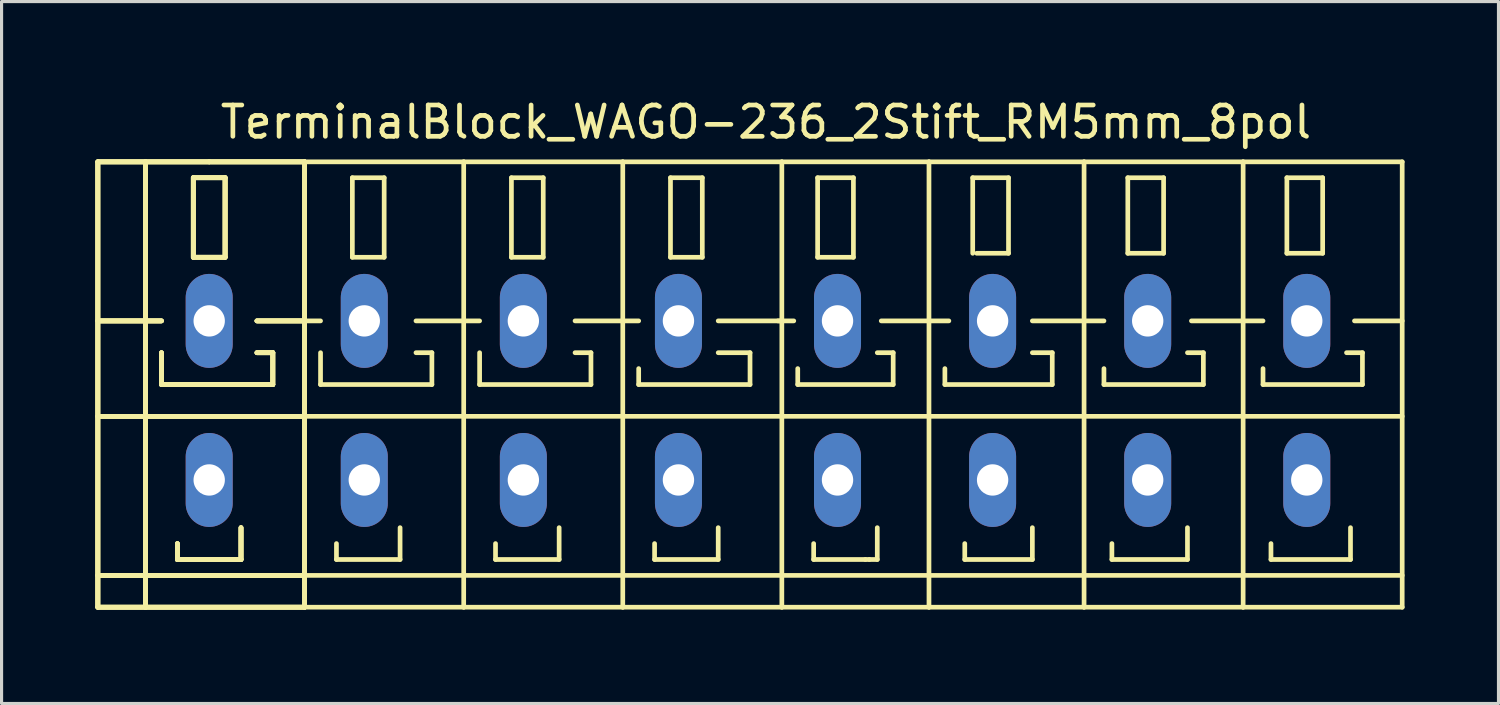
<source format=kicad_pcb>
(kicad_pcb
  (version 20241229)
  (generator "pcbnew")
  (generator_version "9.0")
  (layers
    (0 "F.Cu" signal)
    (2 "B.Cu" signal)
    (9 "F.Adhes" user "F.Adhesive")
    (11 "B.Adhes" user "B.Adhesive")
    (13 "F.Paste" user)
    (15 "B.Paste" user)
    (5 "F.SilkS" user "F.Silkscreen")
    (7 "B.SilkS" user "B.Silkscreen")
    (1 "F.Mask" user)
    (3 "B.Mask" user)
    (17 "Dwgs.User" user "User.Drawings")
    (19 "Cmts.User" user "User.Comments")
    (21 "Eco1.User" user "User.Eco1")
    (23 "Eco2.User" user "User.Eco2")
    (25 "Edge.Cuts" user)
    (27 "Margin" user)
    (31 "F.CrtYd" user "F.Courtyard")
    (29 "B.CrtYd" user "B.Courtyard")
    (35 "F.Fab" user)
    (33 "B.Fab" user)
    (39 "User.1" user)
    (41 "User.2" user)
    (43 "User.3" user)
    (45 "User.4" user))
  (footprint "TerminalBlock_WAGO-236_2Stift_RM5mm_8pol"
    (layer "F.Cu")
    (at 21.411 9.738)
    (property "Reference" "TerminalBlock_WAGO-236_2Stift_RM5mm_8pol" (at 0 -8.89 0) (layer "F.SilkS") (effects (font (size 1 1) (thickness 0.15))))
    (attr through_hole)
    (fp_line (start -21.336 -7.62) (end -19.812 -7.62) (stroke (width 0.15) (type solid)) (layer "F.SilkS"))
    (fp_line (start -21.336 -7.62) (end -19.812 -7.62) (stroke (width 0.15) (type solid)) (layer "F.SilkS"))
    (fp_line (start -21.336 -7.62) (end -19.812 -7.62) (stroke (width 0.15) (type solid)) (layer "F.SilkS"))
    (fp_line (start -21.336 -7.62) (end -19.812 -7.62) (stroke (width 0.15) (type solid)) (layer "F.SilkS"))
    (fp_line (start -21.336 -2.54) (end -19.304 -2.54) (stroke (width 0.15) (type solid)) (layer "F.SilkS"))
    (fp_line (start -21.336 -2.54) (end -19.304 -2.54) (stroke (width 0.15) (type solid)) (layer "F.SilkS"))
    (fp_line (start -21.336 -2.54) (end -19.304 -2.54) (stroke (width 0.15) (type solid)) (layer "F.SilkS"))
    (fp_line (start -21.336 -2.54) (end -19.304 -2.54) (stroke (width 0.15) (type solid)) (layer "F.SilkS"))
    (fp_line (start -21.336 0.508) (end -14.732 0.508) (stroke (width 0.15) (type solid)) (layer "F.SilkS"))
    (fp_line (start -21.336 0.508) (end -14.732 0.508) (stroke (width 0.15) (type solid)) (layer "F.SilkS"))
    (fp_line (start -21.336 0.508) (end -14.732 0.508) (stroke (width 0.15) (type solid)) (layer "F.SilkS"))
    (fp_line (start -21.336 0.508) (end -14.732 0.508) (stroke (width 0.15) (type solid)) (layer "F.SilkS"))
    (fp_line (start -21.336 5.588) (end -14.732 5.588) (stroke (width 0.15) (type solid)) (layer "F.SilkS"))
    (fp_line (start -21.336 5.588) (end -14.732 5.588) (stroke (width 0.15) (type solid)) (layer "F.SilkS"))
    (fp_line (start -21.336 5.588) (end -14.732 5.588) (stroke (width 0.15) (type solid)) (layer "F.SilkS"))
    (fp_line (start -21.336 5.588) (end -14.732 5.588) (stroke (width 0.15) (type solid)) (layer "F.SilkS"))
    (fp_line (start -21.336 6.604) (end -21.336 -7.62) (stroke (width 0.15) (type solid)) (layer "F.SilkS"))
    (fp_line (start -21.336 6.604) (end -21.336 -7.62) (stroke (width 0.15) (type solid)) (layer "F.SilkS"))
    (fp_line (start -21.336 6.604) (end -21.336 -7.62) (stroke (width 0.15) (type solid)) (layer "F.SilkS"))
    (fp_line (start -21.336 6.604) (end -21.336 -7.62) (stroke (width 0.15) (type solid)) (layer "F.SilkS"))
    (fp_line (start -19.812 -7.62) (end -17.78 -7.62) (stroke (width 0.15) (type solid)) (layer "F.SilkS"))
    (fp_line (start -19.812 -7.62) (end -17.78 -7.62) (stroke (width 0.15) (type solid)) (layer "F.SilkS"))
    (fp_line (start -19.812 -7.62) (end -17.78 -7.62) (stroke (width 0.15) (type solid)) (layer "F.SilkS"))
    (fp_line (start -19.812 -7.62) (end -17.78 -7.62) (stroke (width 0.15) (type solid)) (layer "F.SilkS"))
    (fp_line (start -19.812 6.604) (end -21.336 6.604) (stroke (width 0.15) (type solid)) (layer "F.SilkS"))
    (fp_line (start -19.812 6.604) (end -21.336 6.604) (stroke (width 0.15) (type solid)) (layer "F.SilkS"))
    (fp_line (start -19.812 6.604) (end -21.336 6.604) (stroke (width 0.15) (type solid)) (layer "F.SilkS"))
    (fp_line (start -19.812 6.604) (end -21.336 6.604) (stroke (width 0.15) (type solid)) (layer "F.SilkS"))
    (fp_line (start -19.812 6.604) (end -19.812 -7.62) (stroke (width 0.15) (type solid)) (layer "F.SilkS"))
    (fp_line (start -19.812 6.604) (end -19.812 -7.62) (stroke (width 0.15) (type solid)) (layer "F.SilkS"))
    (fp_line (start -19.812 6.604) (end -19.812 -7.62) (stroke (width 0.15) (type solid)) (layer "F.SilkS"))
    (fp_line (start -19.812 6.604) (end -19.812 -7.62) (stroke (width 0.15) (type solid)) (layer "F.SilkS"))
    (fp_line (start -19.304 -1.524) (end -19.304 -0.508) (stroke (width 0.15) (type solid)) (layer "F.SilkS"))
    (fp_line (start -19.304 -1.524) (end -19.304 -0.508) (stroke (width 0.15) (type solid)) (layer "F.SilkS"))
    (fp_line (start -19.304 -1.524) (end -19.304 -0.508) (stroke (width 0.15) (type solid)) (layer "F.SilkS"))
    (fp_line (start -19.304 -1.524) (end -19.304 -0.508) (stroke (width 0.15) (type solid)) (layer "F.SilkS"))
    (fp_line (start -19.304 -0.508) (end -15.748 -0.508) (stroke (width 0.15) (type solid)) (layer "F.SilkS"))
    (fp_line (start -19.304 -0.508) (end -15.748 -0.508) (stroke (width 0.15) (type solid)) (layer "F.SilkS"))
    (fp_line (start -19.304 -0.508) (end -15.748 -0.508) (stroke (width 0.15) (type solid)) (layer "F.SilkS"))
    (fp_line (start -19.304 -0.508) (end -15.748 -0.508) (stroke (width 0.15) (type solid)) (layer "F.SilkS"))
    (fp_line (start -18.796 4.572) (end -18.796 5.08) (stroke (width 0.15) (type solid)) (layer "F.SilkS"))
    (fp_line (start -18.796 4.572) (end -18.796 5.08) (stroke (width 0.15) (type solid)) (layer "F.SilkS"))
    (fp_line (start -18.796 4.572) (end -18.796 5.08) (stroke (width 0.15) (type solid)) (layer "F.SilkS"))
    (fp_line (start -18.796 4.572) (end -18.796 5.08) (stroke (width 0.15) (type solid)) (layer "F.SilkS"))
    (fp_line (start -18.796 5.08) (end -16.764 5.08) (stroke (width 0.15) (type solid)) (layer "F.SilkS"))
    (fp_line (start -18.796 5.08) (end -16.764 5.08) (stroke (width 0.15) (type solid)) (layer "F.SilkS"))
    (fp_line (start -18.796 5.08) (end -16.764 5.08) (stroke (width 0.15) (type solid)) (layer "F.SilkS"))
    (fp_line (start -18.796 5.08) (end -16.764 5.08) (stroke (width 0.15) (type solid)) (layer "F.SilkS"))
    (fp_line (start -18.288 -7.112) (end -17.272 -7.112) (stroke (width 0.15) (type solid)) (layer "F.SilkS"))
    (fp_line (start -18.288 -7.112) (end -17.272 -7.112) (stroke (width 0.15) (type solid)) (layer "F.SilkS"))
    (fp_line (start -18.288 -7.112) (end -17.272 -7.112) (stroke (width 0.15) (type solid)) (layer "F.SilkS"))
    (fp_line (start -18.288 -7.112) (end -17.272 -7.112) (stroke (width 0.15) (type solid)) (layer "F.SilkS"))
    (fp_line (start -18.288 -4.572) (end -18.288 -7.112) (stroke (width 0.15) (type solid)) (layer "F.SilkS"))
    (fp_line (start -18.288 -4.572) (end -18.288 -7.112) (stroke (width 0.15) (type solid)) (layer "F.SilkS"))
    (fp_line (start -18.288 -4.572) (end -18.288 -7.112) (stroke (width 0.15) (type solid)) (layer "F.SilkS"))
    (fp_line (start -18.288 -4.572) (end -18.288 -7.112) (stroke (width 0.15) (type solid)) (layer "F.SilkS"))
    (fp_line (start -17.78 -7.62) (end -14.732 -7.62) (stroke (width 0.15) (type solid)) (layer "F.SilkS"))
    (fp_line (start -17.78 -7.62) (end -14.732 -7.62) (stroke (width 0.15) (type solid)) (layer "F.SilkS"))
    (fp_line (start -17.78 -7.62) (end -14.732 -7.62) (stroke (width 0.15) (type solid)) (layer "F.SilkS"))
    (fp_line (start -17.78 -7.62) (end -14.732 -7.62) (stroke (width 0.15) (type solid)) (layer "F.SilkS"))
    (fp_line (start -17.272 -7.112) (end -17.272 -4.572) (stroke (width 0.15) (type solid)) (layer "F.SilkS"))
    (fp_line (start -17.272 -7.112) (end -17.272 -4.572) (stroke (width 0.15) (type solid)) (layer "F.SilkS"))
    (fp_line (start -17.272 -7.112) (end -17.272 -4.572) (stroke (width 0.15) (type solid)) (layer "F.SilkS"))
    (fp_line (start -17.272 -7.112) (end -17.272 -4.572) (stroke (width 0.15) (type solid)) (layer "F.SilkS"))
    (fp_line (start -17.272 -4.572) (end -18.288 -4.572) (stroke (width 0.15) (type solid)) (layer "F.SilkS"))
    (fp_line (start -17.272 -4.572) (end -18.288 -4.572) (stroke (width 0.15) (type solid)) (layer "F.SilkS"))
    (fp_line (start -17.272 -4.572) (end -18.288 -4.572) (stroke (width 0.15) (type solid)) (layer "F.SilkS"))
    (fp_line (start -17.272 -4.572) (end -18.288 -4.572) (stroke (width 0.15) (type solid)) (layer "F.SilkS"))
    (fp_line (start -16.764 5.08) (end -16.764 4.064) (stroke (width 0.15) (type solid)) (layer "F.SilkS"))
    (fp_line (start -16.764 5.08) (end -16.764 4.064) (stroke (width 0.15) (type solid)) (layer "F.SilkS"))
    (fp_line (start -16.764 5.08) (end -16.764 4.064) (stroke (width 0.15) (type solid)) (layer "F.SilkS"))
    (fp_line (start -16.764 5.08) (end -16.764 4.064) (stroke (width 0.15) (type solid)) (layer "F.SilkS"))
    (fp_line (start -16.256 -2.54) (end -14.732 -2.54) (stroke (width 0.15) (type solid)) (layer "F.SilkS"))
    (fp_line (start -16.256 -2.54) (end -14.732 -2.54) (stroke (width 0.15) (type solid)) (layer "F.SilkS"))
    (fp_line (start -16.256 -2.54) (end -14.732 -2.54) (stroke (width 0.15) (type solid)) (layer "F.SilkS"))
    (fp_line (start -16.256 -2.54) (end -14.732 -2.54) (stroke (width 0.15) (type solid)) (layer "F.SilkS"))
    (fp_line (start -15.748 -1.524) (end -16.256 -1.524) (stroke (width 0.15) (type solid)) (layer "F.SilkS"))
    (fp_line (start -15.748 -1.524) (end -16.256 -1.524) (stroke (width 0.15) (type solid)) (layer "F.SilkS"))
    (fp_line (start -15.748 -1.524) (end -16.256 -1.524) (stroke (width 0.15) (type solid)) (layer "F.SilkS"))
    (fp_line (start -15.748 -1.524) (end -16.256 -1.524) (stroke (width 0.15) (type solid)) (layer "F.SilkS"))
    (fp_line (start -15.748 -0.508) (end -15.748 -1.524) (stroke (width 0.15) (type solid)) (layer "F.SilkS"))
    (fp_line (start -15.748 -0.508) (end -15.748 -1.524) (stroke (width 0.15) (type solid)) (layer "F.SilkS"))
    (fp_line (start -15.748 -0.508) (end -15.748 -1.524) (stroke (width 0.15) (type solid)) (layer "F.SilkS"))
    (fp_line (start -15.748 -0.508) (end -15.748 -1.524) (stroke (width 0.15) (type solid)) (layer "F.SilkS"))
    (fp_line (start -14.732 -7.62) (end -14.732 6.604) (stroke (width 0.15) (type solid)) (layer "F.SilkS"))
    (fp_line (start -14.732 -7.62) (end -14.732 6.604) (stroke (width 0.15) (type solid)) (layer "F.SilkS"))
    (fp_line (start -14.732 -7.62) (end -14.732 6.604) (stroke (width 0.15) (type solid)) (layer "F.SilkS"))
    (fp_line (start -14.732 -7.62) (end -14.732 6.604) (stroke (width 0.15) (type solid)) (layer "F.SilkS"))
    (fp_line (start -14.732 -2.54) (end -14.224 -2.54) (stroke (width 0.15) (type solid)) (layer "F.SilkS"))
    (fp_line (start -14.732 0.508) (end -9.652 0.508) (stroke (width 0.15) (type solid)) (layer "F.SilkS"))
    (fp_line (start -14.732 5.588) (end -9.652 5.588) (stroke (width 0.15) (type solid)) (layer "F.SilkS"))
    (fp_line (start -14.732 6.604) (end -19.812 6.604) (stroke (width 0.15) (type solid)) (layer "F.SilkS"))
    (fp_line (start -14.732 6.604) (end -19.812 6.604) (stroke (width 0.15) (type solid)) (layer "F.SilkS"))
    (fp_line (start -14.732 6.604) (end -19.812 6.604) (stroke (width 0.15) (type solid)) (layer "F.SilkS"))
    (fp_line (start -14.732 6.604) (end -19.812 6.604) (stroke (width 0.15) (type solid)) (layer "F.SilkS"))
    (fp_line (start -14.732 6.604) (end -9.652 6.604) (stroke (width 0.15) (type solid)) (layer "F.SilkS"))
    (fp_line (start -14.224 -1.524) (end -14.224 -0.508) (stroke (width 0.15) (type solid)) (layer "F.SilkS"))
    (fp_line (start -14.224 -0.508) (end -10.668 -0.508) (stroke (width 0.15) (type solid)) (layer "F.SilkS"))
    (fp_line (start -13.716 4.572) (end -13.716 5.08) (stroke (width 0.15) (type solid)) (layer "F.SilkS"))
    (fp_line (start -13.716 5.08) (end -11.684 5.08) (stroke (width 0.15) (type solid)) (layer "F.SilkS"))
    (fp_line (start -13.208 -7.112) (end -13.208 -4.572) (stroke (width 0.15) (type solid)) (layer "F.SilkS"))
    (fp_line (start -13.208 -4.572) (end -12.192 -4.572) (stroke (width 0.15) (type solid)) (layer "F.SilkS"))
    (fp_line (start -12.192 -7.112) (end -13.208 -7.112) (stroke (width 0.15) (type solid)) (layer "F.SilkS"))
    (fp_line (start -12.192 -4.572) (end -12.192 -7.112) (stroke (width 0.15) (type solid)) (layer "F.SilkS"))
    (fp_line (start -11.684 5.08) (end -11.684 4.064) (stroke (width 0.15) (type solid)) (layer "F.SilkS"))
    (fp_line (start -11.176 -2.54) (end -9.652 -2.54) (stroke (width 0.15) (type solid)) (layer "F.SilkS"))
    (fp_line (start -10.668 -1.524) (end -11.176 -1.524) (stroke (width 0.15) (type solid)) (layer "F.SilkS"))
    (fp_line (start -10.668 -0.508) (end -10.668 -1.524) (stroke (width 0.15) (type solid)) (layer "F.SilkS"))
    (fp_line (start -9.652 -7.62) (end -14.732 -7.62) (stroke (width 0.15) (type solid)) (layer "F.SilkS"))
    (fp_line (start -9.652 -2.54) (end -9.144 -2.54) (stroke (width 0.15) (type solid)) (layer "F.SilkS"))
    (fp_line (start -9.652 0.508) (end -4.572 0.508) (stroke (width 0.15) (type solid)) (layer "F.SilkS"))
    (fp_line (start -9.652 5.588) (end -4.572 5.588) (stroke (width 0.15) (type solid)) (layer "F.SilkS"))
    (fp_line (start -9.652 6.604) (end -9.652 -7.62) (stroke (width 0.15) (type solid)) (layer "F.SilkS"))
    (fp_line (start -9.652 6.604) (end -4.572 6.604) (stroke (width 0.15) (type solid)) (layer "F.SilkS"))
    (fp_line (start -9.144 -1.524) (end -9.144 -0.508) (stroke (width 0.15) (type solid)) (layer "F.SilkS"))
    (fp_line (start -9.144 -0.508) (end -5.588 -0.508) (stroke (width 0.15) (type solid)) (layer "F.SilkS"))
    (fp_line (start -8.636 4.572) (end -8.636 5.08) (stroke (width 0.15) (type solid)) (layer "F.SilkS"))
    (fp_line (start -8.636 5.08) (end -6.604 5.08) (stroke (width 0.15) (type solid)) (layer "F.SilkS"))
    (fp_line (start -8.128 -7.112) (end -8.128 -4.572) (stroke (width 0.15) (type solid)) (layer "F.SilkS"))
    (fp_line (start -8.128 -4.572) (end -7.112 -4.572) (stroke (width 0.15) (type solid)) (layer "F.SilkS"))
    (fp_line (start -7.112 -7.112) (end -8.128 -7.112) (stroke (width 0.15) (type solid)) (layer "F.SilkS"))
    (fp_line (start -7.112 -4.572) (end -7.112 -7.112) (stroke (width 0.15) (type solid)) (layer "F.SilkS"))
    (fp_line (start -6.604 5.08) (end -6.604 4.064) (stroke (width 0.15) (type solid)) (layer "F.SilkS"))
    (fp_line (start -6.096 -2.54) (end -4.572 -2.54) (stroke (width 0.15) (type solid)) (layer "F.SilkS"))
    (fp_line (start -5.588 -1.524) (end -6.096 -1.524) (stroke (width 0.15) (type solid)) (layer "F.SilkS"))
    (fp_line (start -5.588 -0.508) (end -5.588 -1.524) (stroke (width 0.15) (type solid)) (layer "F.SilkS"))
    (fp_line (start -4.572 -7.62) (end -9.652 -7.62) (stroke (width 0.15) (type solid)) (layer "F.SilkS"))
    (fp_line (start -4.572 -2.54) (end -4.064 -2.54) (stroke (width 0.15) (type solid)) (layer "F.SilkS"))
    (fp_line (start -4.572 0.508) (end 0.508 0.508) (stroke (width 0.15) (type solid)) (layer "F.SilkS"))
    (fp_line (start -4.572 5.588) (end 0.508 5.588) (stroke (width 0.15) (type solid)) (layer "F.SilkS"))
    (fp_line (start -4.572 6.604) (end -4.572 -7.62) (stroke (width 0.15) (type solid)) (layer "F.SilkS"))
    (fp_line (start -4.572 6.604) (end 0.508 6.604) (stroke (width 0.15) (type solid)) (layer "F.SilkS"))
    (fp_line (start -4.064 -1.016) (end -4.064 -0.508) (stroke (width 0.15) (type solid)) (layer "F.SilkS"))
    (fp_line (start -4.064 -0.508) (end -0.508 -0.508) (stroke (width 0.15) (type solid)) (layer "F.SilkS"))
    (fp_line (start -3.556 4.572) (end -3.556 5.08) (stroke (width 0.15) (type solid)) (layer "F.SilkS"))
    (fp_line (start -3.556 5.08) (end -1.524 5.08) (stroke (width 0.15) (type solid)) (layer "F.SilkS"))
    (fp_line (start -3.048 -7.112) (end -3.048 -4.572) (stroke (width 0.15) (type solid)) (layer "F.SilkS"))
    (fp_line (start -3.048 -4.572) (end -2.032 -4.572) (stroke (width 0.15) (type solid)) (layer "F.SilkS"))
    (fp_line (start -2.032 -7.112) (end -3.048 -7.112) (stroke (width 0.15) (type solid)) (layer "F.SilkS"))
    (fp_line (start -2.032 -4.572) (end -2.032 -7.112) (stroke (width 0.15) (type solid)) (layer "F.SilkS"))
    (fp_line (start -1.524 -2.54) (end 0.508 -2.54) (stroke (width 0.15) (type solid)) (layer "F.SilkS"))
    (fp_line (start -1.524 5.08) (end -1.524 4.064) (stroke (width 0.15) (type solid)) (layer "F.SilkS"))
    (fp_line (start -0.508 -1.524) (end -1.524 -1.524) (stroke (width 0.15) (type solid)) (layer "F.SilkS"))
    (fp_line (start -0.508 -0.508) (end -0.508 -1.524) (stroke (width 0.15) (type solid)) (layer "F.SilkS"))
    (fp_line (start 0.381 -2.54) (end 0.889 -2.54) (stroke (width 0.15) (type solid)) (layer "F.SilkS"))
    (fp_line (start 0.508 -7.62) (end -4.572 -7.62) (stroke (width 0.15) (type solid)) (layer "F.SilkS"))
    (fp_line (start 0.508 0.508) (end 5.207 0.508) (stroke (width 0.15) (type solid)) (layer "F.SilkS"))
    (fp_line (start 0.508 5.588) (end 5.207 5.588) (stroke (width 0.15) (type solid)) (layer "F.SilkS"))
    (fp_line (start 0.508 6.604) (end 0.508 -7.62) (stroke (width 0.15) (type solid)) (layer "F.SilkS"))
    (fp_line (start 0.508 6.604) (end 5.207 6.604) (stroke (width 0.15) (type solid)) (layer "F.SilkS"))
    (fp_line (start 1.016 -1.016) (end 1.016 -0.508) (stroke (width 0.15) (type solid)) (layer "F.SilkS"))
    (fp_line (start 1.016 -0.508) (end 4.064 -0.508) (stroke (width 0.15) (type solid)) (layer "F.SilkS"))
    (fp_line (start 1.524 4.572) (end 1.524 5.08) (stroke (width 0.15) (type solid)) (layer "F.SilkS"))
    (fp_line (start 1.524 5.08) (end 3.175 5.08) (stroke (width 0.15) (type solid)) (layer "F.SilkS"))
    (fp_line (start 1.651 -7.112) (end 2.794 -7.112) (stroke (width 0.15) (type solid)) (layer "F.SilkS"))
    (fp_line (start 1.651 -4.572) (end 1.651 -7.112) (stroke (width 0.15) (type solid)) (layer "F.SilkS"))
    (fp_line (start 2.794 -7.112) (end 2.794 -4.572) (stroke (width 0.15) (type solid)) (layer "F.SilkS"))
    (fp_line (start 2.794 -4.572) (end 1.651 -4.572) (stroke (width 0.15) (type solid)) (layer "F.SilkS"))
    (fp_line (start 3.175 5.08) (end 3.302 5.08) (stroke (width 0.15) (type solid)) (layer "F.SilkS"))
    (fp_line (start 3.302 5.08) (end 3.556 5.08) (stroke (width 0.15) (type solid)) (layer "F.SilkS"))
    (fp_line (start 3.556 5.08) (end 3.556 4.064) (stroke (width 0.15) (type solid)) (layer "F.SilkS"))
    (fp_line (start 3.683 -2.54) (end 5.207 -2.54) (stroke (width 0.15) (type solid)) (layer "F.SilkS"))
    (fp_line (start 4.064 -1.524) (end 3.556 -1.524) (stroke (width 0.15) (type solid)) (layer "F.SilkS"))
    (fp_line (start 4.064 -0.508) (end 4.064 -1.524) (stroke (width 0.15) (type solid)) (layer "F.SilkS"))
    (fp_line (start 5.207 -7.62) (end 0.508 -7.62) (stroke (width 0.15) (type solid)) (layer "F.SilkS"))
    (fp_line (start 5.207 -2.54) (end 5.842 -2.54) (stroke (width 0.15) (type solid)) (layer "F.SilkS"))
    (fp_line (start 5.207 0.508) (end 10.16 0.508) (stroke (width 0.15) (type solid)) (layer "F.SilkS"))
    (fp_line (start 5.207 5.588) (end 10.16 5.588) (stroke (width 0.15) (type solid)) (layer "F.SilkS"))
    (fp_line (start 5.207 6.604) (end 5.207 -7.62) (stroke (width 0.15) (type solid)) (layer "F.SilkS"))
    (fp_line (start 5.207 6.604) (end 10.16 6.604) (stroke (width 0.15) (type solid)) (layer "F.SilkS"))
    (fp_line (start 5.715 -1.016) (end 5.715 -0.508) (stroke (width 0.15) (type solid)) (layer "F.SilkS"))
    (fp_line (start 5.715 -0.508) (end 9.144 -0.508) (stroke (width 0.15) (type solid)) (layer "F.SilkS"))
    (fp_line (start 6.35 4.572) (end 6.35 5.08) (stroke (width 0.15) (type solid)) (layer "F.SilkS"))
    (fp_line (start 6.35 5.08) (end 8.509 5.08) (stroke (width 0.15) (type solid)) (layer "F.SilkS"))
    (fp_line (start 6.604 -7.112) (end 6.604 -4.699) (stroke (width 0.15) (type solid)) (layer "F.SilkS"))
    (fp_line (start 6.731 -4.699) (end 7.747 -4.699) (stroke (width 0.15) (type solid)) (layer "F.SilkS"))
    (fp_line (start 7.747 -7.112) (end 6.604 -7.112) (stroke (width 0.15) (type solid)) (layer "F.SilkS"))
    (fp_line (start 7.747 -4.699) (end 7.747 -7.112) (stroke (width 0.15) (type solid)) (layer "F.SilkS"))
    (fp_line (start 8.509 -2.54) (end 10.16 -2.54) (stroke (width 0.15) (type solid)) (layer "F.SilkS"))
    (fp_line (start 8.509 5.08) (end 8.509 4.064) (stroke (width 0.15) (type solid)) (layer "F.SilkS"))
    (fp_line (start 9.144 -1.524) (end 8.509 -1.524) (stroke (width 0.15) (type solid)) (layer "F.SilkS"))
    (fp_line (start 9.144 -0.508) (end 9.144 -1.524) (stroke (width 0.15) (type solid)) (layer "F.SilkS"))
    (fp_line (start 10.16 -7.62) (end 5.207 -7.62) (stroke (width 0.15) (type solid)) (layer "F.SilkS"))
    (fp_line (start 10.16 -2.54) (end 10.795 -2.54) (stroke (width 0.15) (type solid)) (layer "F.SilkS"))
    (fp_line (start 10.16 0.508) (end 15.24 0.508) (stroke (width 0.15) (type solid)) (layer "F.SilkS"))
    (fp_line (start 10.16 5.588) (end 15.24 5.588) (stroke (width 0.15) (type solid)) (layer "F.SilkS"))
    (fp_line (start 10.16 6.604) (end 10.16 -7.62) (stroke (width 0.15) (type solid)) (layer "F.SilkS"))
    (fp_line (start 10.16 6.604) (end 15.24 6.604) (stroke (width 0.15) (type solid)) (layer "F.SilkS"))
    (fp_line (start 10.795 -1.016) (end 10.795 -0.508) (stroke (width 0.15) (type solid)) (layer "F.SilkS"))
    (fp_line (start 10.795 -0.508) (end 13.97 -0.508) (stroke (width 0.15) (type solid)) (layer "F.SilkS"))
    (fp_line (start 11.049 4.572) (end 11.049 5.08) (stroke (width 0.15) (type solid)) (layer "F.SilkS"))
    (fp_line (start 11.049 5.08) (end 13.462 5.08) (stroke (width 0.15) (type solid)) (layer "F.SilkS"))
    (fp_line (start 11.557 -7.112) (end 11.557 -4.699) (stroke (width 0.15) (type solid)) (layer "F.SilkS"))
    (fp_line (start 11.557 -4.699) (end 12.7 -4.699) (stroke (width 0.15) (type solid)) (layer "F.SilkS"))
    (fp_line (start 12.7 -7.112) (end 11.557 -7.112) (stroke (width 0.15) (type solid)) (layer "F.SilkS"))
    (fp_line (start 12.7 -4.699) (end 12.7 -7.112) (stroke (width 0.15) (type solid)) (layer "F.SilkS"))
    (fp_line (start 13.462 5.08) (end 13.462 4.064) (stroke (width 0.15) (type solid)) (layer "F.SilkS"))
    (fp_line (start 13.589 -2.54) (end 15.24 -2.54) (stroke (width 0.15) (type solid)) (layer "F.SilkS"))
    (fp_line (start 13.97 -1.524) (end 13.462 -1.524) (stroke (width 0.15) (type solid)) (layer "F.SilkS"))
    (fp_line (start 13.97 -0.508) (end 13.97 -1.524) (stroke (width 0.15) (type solid)) (layer "F.SilkS"))
    (fp_line (start 15.24 -7.62) (end 10.16 -7.62) (stroke (width 0.15) (type solid)) (layer "F.SilkS"))
    (fp_line (start 15.24 -2.54) (end 15.875 -2.54) (stroke (width 0.15) (type solid)) (layer "F.SilkS"))
    (fp_line (start 15.24 0.508) (end 20.32 0.508) (stroke (width 0.15) (type solid)) (layer "F.SilkS"))
    (fp_line (start 15.24 5.588) (end 20.32 5.588) (stroke (width 0.15) (type solid)) (layer "F.SilkS"))
    (fp_line (start 15.24 6.604) (end 15.24 -7.62) (stroke (width 0.15) (type solid)) (layer "F.SilkS"))
    (fp_line (start 15.24 6.604) (end 20.32 6.604) (stroke (width 0.15) (type solid)) (layer "F.SilkS"))
    (fp_line (start 15.875 -1.016) (end 15.875 -0.508) (stroke (width 0.15) (type solid)) (layer "F.SilkS"))
    (fp_line (start 15.875 -0.508) (end 19.05 -0.508) (stroke (width 0.15) (type solid)) (layer "F.SilkS"))
    (fp_line (start 16.129 4.572) (end 16.129 5.08) (stroke (width 0.15) (type solid)) (layer "F.SilkS"))
    (fp_line (start 16.129 5.08) (end 18.669 5.08) (stroke (width 0.15) (type solid)) (layer "F.SilkS"))
    (fp_line (start 16.637 -7.112) (end 16.637 -4.699) (stroke (width 0.15) (type solid)) (layer "F.SilkS"))
    (fp_line (start 16.637 -4.699) (end 17.78 -4.699) (stroke (width 0.15) (type solid)) (layer "F.SilkS"))
    (fp_line (start 17.78 -7.112) (end 16.637 -7.112) (stroke (width 0.15) (type solid)) (layer "F.SilkS"))
    (fp_line (start 17.78 -4.699) (end 17.78 -7.112) (stroke (width 0.15) (type solid)) (layer "F.SilkS"))
    (fp_line (start 18.669 5.08) (end 18.669 4.064) (stroke (width 0.15) (type solid)) (layer "F.SilkS"))
    (fp_line (start 18.796 -2.54) (end 20.32 -2.54) (stroke (width 0.15) (type solid)) (layer "F.SilkS"))
    (fp_line (start 19.05 -1.524) (end 18.542 -1.524) (stroke (width 0.15) (type solid)) (layer "F.SilkS"))
    (fp_line (start 19.05 -0.508) (end 19.05 -1.524) (stroke (width 0.15) (type solid)) (layer "F.SilkS"))
    (fp_line (start 20.32 -7.62) (end 15.24 -7.62) (stroke (width 0.15) (type solid)) (layer "F.SilkS"))
    (fp_line (start 20.32 6.604) (end 20.32 -7.62) (stroke (width 0.15) (type solid)) (layer "F.SilkS"))
    (pad "1" thru_hole oval (at -17.78 -2.54 90) (size 3 1.501) (drill 1.001) (layers "*.Cu" "*.Mask"))
    (pad "1" thru_hole oval (at -17.78 2.54 90) (size 3 1.501) (drill 1.001) (layers "*.Cu" "*.Mask"))
    (pad "2" thru_hole oval (at -12.827 -2.54 90) (size 3 1.501) (drill 1.001) (layers "*.Cu" "*.Mask"))
    (pad "2" thru_hole oval (at -12.827 2.54 90) (size 3 1.501) (drill 1.001) (layers "*.Cu" "*.Mask"))
    (pad "3" thru_hole oval (at -7.747 -2.54 90) (size 3 1.501) (drill 1.001) (layers "*.Cu" "*.Mask"))
    (pad "3" thru_hole oval (at -7.747 2.54 90) (size 3 1.501) (drill 1.001) (layers "*.Cu" "*.Mask"))
    (pad "4" thru_hole oval (at -2.794 -2.54 90) (size 3 1.501) (drill 1.001) (layers "*.Cu" "*.Mask"))
    (pad "4" thru_hole oval (at -2.794 2.54 90) (size 3 1.501) (drill 1.001) (layers "*.Cu" "*.Mask"))
    (pad "5" thru_hole oval (at 2.286 -2.54 90) (size 3 1.501) (drill 1.001) (layers "*.Cu" "*.Mask"))
    (pad "5" thru_hole oval (at 2.286 2.54 90) (size 3 1.501) (drill 1.001) (layers "*.Cu" "*.Mask"))
    (pad "6" thru_hole oval (at 7.239 -2.54 90) (size 3 1.501) (drill 1.001) (layers "*.Cu" "*.Mask"))
    (pad "6" thru_hole oval (at 7.239 2.54 90) (size 3 1.501) (drill 1.001) (layers "*.Cu" "*.Mask"))
    (pad "7" thru_hole oval (at 12.192 -2.54 90) (size 3 1.501) (drill 1.001) (layers "*.Cu" "*.Mask"))
    (pad "7" thru_hole oval (at 12.192 2.54 90) (size 3 1.501) (drill 1.001) (layers "*.Cu" "*.Mask"))
    (pad "8" thru_hole oval (at 17.272 -2.54 90) (size 3 1.501) (drill 1.001) (layers "*.Cu" "*.Mask"))
    (pad "8" thru_hole oval (at 17.272 2.54 90) (size 3 1.501) (drill 1.001) (layers "*.Cu" "*.Mask")))
  (gr_rect
    (start -3 -3)
    (end 44.806 19.417)
    (stroke (width 0.1) (type default))
    (fill no)
    (layer "Edge.Cuts")))
</source>
